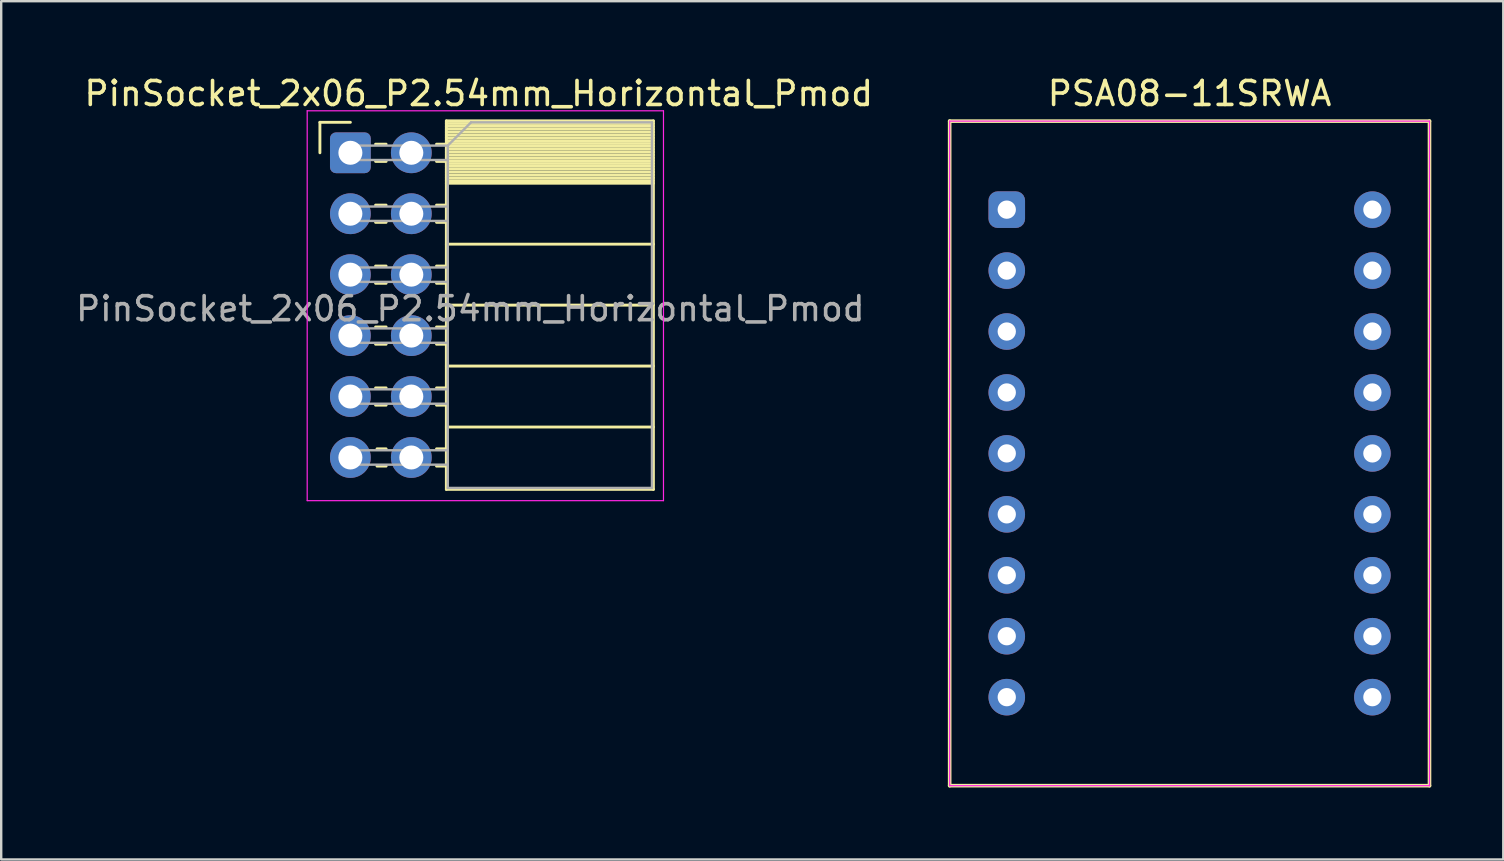
<source format=kicad_pcb>
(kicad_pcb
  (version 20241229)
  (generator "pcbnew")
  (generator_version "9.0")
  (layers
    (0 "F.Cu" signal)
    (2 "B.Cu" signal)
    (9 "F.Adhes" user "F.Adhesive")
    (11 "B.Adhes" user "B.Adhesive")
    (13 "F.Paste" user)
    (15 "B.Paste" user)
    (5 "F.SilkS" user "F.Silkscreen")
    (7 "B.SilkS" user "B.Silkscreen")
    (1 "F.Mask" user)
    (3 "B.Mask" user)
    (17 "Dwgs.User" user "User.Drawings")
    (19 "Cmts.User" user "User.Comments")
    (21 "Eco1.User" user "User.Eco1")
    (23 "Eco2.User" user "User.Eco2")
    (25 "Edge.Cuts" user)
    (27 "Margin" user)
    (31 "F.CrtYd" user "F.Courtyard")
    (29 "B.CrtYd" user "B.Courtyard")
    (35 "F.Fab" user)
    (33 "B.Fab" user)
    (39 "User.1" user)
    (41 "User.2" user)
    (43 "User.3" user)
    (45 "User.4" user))
  (footprint "PinSocket_2x06_P2.54mm_Horizontal_Pmod"
    (layer "F.Cu")
    (at 11.554 3.318)
    (property "Reference" "PinSocket_2x06_P2.54mm_Horizontal_Pmod" (at 5.35 -2.47 0) (layer "F.SilkS") (effects (font (size 1 1) (thickness 0.15))))
    (attr through_hole)
    (fp_line (start -1.27 0) (end -1.27 -1.27) (stroke (width 0.12) (type solid)) (layer "F.SilkS"))
    (fp_line (start 0 -1.27) (end -1.27 -1.27) (stroke (width 0.12) (type solid)) (layer "F.SilkS"))
    (fp_line (start 1.49 -0.36) (end 1.05 -0.36) (stroke (width 0.12) (type solid)) (layer "F.SilkS"))
    (fp_line (start 1.49 0.36) (end 1.05 0.36) (stroke (width 0.12) (type solid)) (layer "F.SilkS"))
    (fp_line (start 1.49 2.18) (end 1.05 2.18) (stroke (width 0.12) (type solid)) (layer "F.SilkS"))
    (fp_line (start 1.49 2.9) (end 1.05 2.9) (stroke (width 0.12) (type solid)) (layer "F.SilkS"))
    (fp_line (start 1.49 4.72) (end 1.05 4.72) (stroke (width 0.12) (type solid)) (layer "F.SilkS"))
    (fp_line (start 1.49 5.44) (end 1.05 5.44) (stroke (width 0.12) (type solid)) (layer "F.SilkS"))
    (fp_line (start 1.49 7.26) (end 1.05 7.26) (stroke (width 0.12) (type solid)) (layer "F.SilkS"))
    (fp_line (start 1.49 7.98) (end 1.05 7.98) (stroke (width 0.12) (type solid)) (layer "F.SilkS"))
    (fp_line (start 1.49 9.8) (end 1.05 9.8) (stroke (width 0.12) (type solid)) (layer "F.SilkS"))
    (fp_line (start 1.49 10.52) (end 1.05 10.52) (stroke (width 0.12) (type solid)) (layer "F.SilkS"))
    (fp_line (start 1.49 12.34) (end 1.11 12.34) (stroke (width 0.12) (type solid)) (layer "F.SilkS"))
    (fp_line (start 1.49 13.06) (end 1.11 13.06) (stroke (width 0.12) (type solid)) (layer "F.SilkS"))
    (fp_line (start 4 -0.36) (end 3.59 -0.36) (stroke (width 0.12) (type solid)) (layer "F.SilkS"))
    (fp_line (start 4 0.36) (end 3.59 0.36) (stroke (width 0.12) (type solid)) (layer "F.SilkS"))
    (fp_line (start 4 2.18) (end 3.59 2.18) (stroke (width 0.12) (type solid)) (layer "F.SilkS"))
    (fp_line (start 4 2.9) (end 3.59 2.9) (stroke (width 0.12) (type solid)) (layer "F.SilkS"))
    (fp_line (start 4 4.72) (end 3.59 4.72) (stroke (width 0.12) (type solid)) (layer "F.SilkS"))
    (fp_line (start 4 5.44) (end 3.59 5.44) (stroke (width 0.12) (type solid)) (layer "F.SilkS"))
    (fp_line (start 4 7.26) (end 3.59 7.26) (stroke (width 0.12) (type solid)) (layer "F.SilkS"))
    (fp_line (start 4 7.98) (end 3.59 7.98) (stroke (width 0.12) (type solid)) (layer "F.SilkS"))
    (fp_line (start 4 9.8) (end 3.59 9.8) (stroke (width 0.12) (type solid)) (layer "F.SilkS"))
    (fp_line (start 4 10.52) (end 3.59 10.52) (stroke (width 0.12) (type solid)) (layer "F.SilkS"))
    (fp_line (start 4 12.34) (end 3.59 12.34) (stroke (width 0.12) (type solid)) (layer "F.SilkS"))
    (fp_line (start 4 13.06) (end 3.59 13.06) (stroke (width 0.12) (type solid)) (layer "F.SilkS"))
    (fp_line (start 4 14.03) (end 4 -1.33) (stroke (width 0.12) (type solid)) (layer "F.SilkS"))
    (fp_line (start 12.63 -1.33) (end 4 -1.33) (stroke (width 0.12) (type solid)) (layer "F.SilkS"))
    (fp_line (start 12.63 -1.22) (end 4 -1.22) (stroke (width 0.12) (type solid)) (layer "F.SilkS"))
    (fp_line (start 12.63 -1.101) (end 4 -1.101) (stroke (width 0.12) (type solid)) (layer "F.SilkS"))
    (fp_line (start 12.63 -0.982) (end 4 -0.982) (stroke (width 0.12) (type solid)) (layer "F.SilkS"))
    (fp_line (start 12.63 -0.863) (end 4 -0.863) (stroke (width 0.12) (type solid)) (layer "F.SilkS"))
    (fp_line (start 12.63 -0.744) (end 4 -0.744) (stroke (width 0.12) (type solid)) (layer "F.SilkS"))
    (fp_line (start 12.63 -0.625) (end 4 -0.625) (stroke (width 0.12) (type solid)) (layer "F.SilkS"))
    (fp_line (start 12.63 -0.506) (end 4 -0.506) (stroke (width 0.12) (type solid)) (layer "F.SilkS"))
    (fp_line (start 12.63 -0.387) (end 4 -0.387) (stroke (width 0.12) (type solid)) (layer "F.SilkS"))
    (fp_line (start 12.63 -0.268) (end 4 -0.268) (stroke (width 0.12) (type solid)) (layer "F.SilkS"))
    (fp_line (start 12.63 -0.149) (end 4 -0.149) (stroke (width 0.12) (type solid)) (layer "F.SilkS"))
    (fp_line (start 12.63 -0.03) (end 4 -0.03) (stroke (width 0.12) (type solid)) (layer "F.SilkS"))
    (fp_line (start 12.63 0.089) (end 4 0.089) (stroke (width 0.12) (type solid)) (layer "F.SilkS"))
    (fp_line (start 12.63 0.208) (end 4 0.208) (stroke (width 0.12) (type solid)) (layer "F.SilkS"))
    (fp_line (start 12.63 0.327) (end 4 0.327) (stroke (width 0.12) (type solid)) (layer "F.SilkS"))
    (fp_line (start 12.63 0.446) (end 4 0.446) (stroke (width 0.12) (type solid)) (layer "F.SilkS"))
    (fp_line (start 12.63 0.565) (end 4 0.565) (stroke (width 0.12) (type solid)) (layer "F.SilkS"))
    (fp_line (start 12.63 0.684) (end 4 0.684) (stroke (width 0.12) (type solid)) (layer "F.SilkS"))
    (fp_line (start 12.63 0.803) (end 4 0.803) (stroke (width 0.12) (type solid)) (layer "F.SilkS"))
    (fp_line (start 12.63 0.922) (end 4 0.922) (stroke (width 0.12) (type solid)) (layer "F.SilkS"))
    (fp_line (start 12.63 1.041) (end 4 1.041) (stroke (width 0.12) (type solid)) (layer "F.SilkS"))
    (fp_line (start 12.63 1.16) (end 4 1.16) (stroke (width 0.12) (type solid)) (layer "F.SilkS"))
    (fp_line (start 12.63 1.27) (end 4 1.27) (stroke (width 0.12) (type solid)) (layer "F.SilkS"))
    (fp_line (start 12.63 3.81) (end 4 3.81) (stroke (width 0.12) (type solid)) (layer "F.SilkS"))
    (fp_line (start 12.63 6.35) (end 4 6.35) (stroke (width 0.12) (type solid)) (layer "F.SilkS"))
    (fp_line (start 12.63 8.89) (end 4 8.89) (stroke (width 0.12) (type solid)) (layer "F.SilkS"))
    (fp_line (start 12.63 11.43) (end 4 11.43) (stroke (width 0.12) (type solid)) (layer "F.SilkS"))
    (fp_line (start 12.63 14.03) (end 4 14.03) (stroke (width 0.12) (type solid)) (layer "F.SilkS"))
    (fp_line (start 12.63 14.03) (end 12.63 -1.33) (stroke (width 0.12) (type solid)) (layer "F.SilkS"))
    (fp_line (start -1.8 -1.75) (end -1.8 14.5) (stroke (width 0.05) (type solid)) (layer "F.CrtYd"))
    (fp_line (start -1.8 14.5) (end 13.05 14.5) (stroke (width 0.05) (type solid)) (layer "F.CrtYd"))
    (fp_line (start 13.05 -1.75) (end -1.8 -1.75) (stroke (width 0.05) (type solid)) (layer "F.CrtYd"))
    (fp_line (start 13.05 14.5) (end 13.05 -1.75) (stroke (width 0.05) (type solid)) (layer "F.CrtYd"))
    (fp_line (start 0 -0.3) (end 0 0.3) (stroke (width 0.1) (type solid)) (layer "F.Fab"))
    (fp_line (start 0 0.3) (end 4.06 0.3) (stroke (width 0.1) (type solid)) (layer "F.Fab"))
    (fp_line (start 0 2.24) (end 0 2.84) (stroke (width 0.1) (type solid)) (layer "F.Fab"))
    (fp_line (start 0 2.84) (end 4.06 2.84) (stroke (width 0.1) (type solid)) (layer "F.Fab"))
    (fp_line (start 0 4.78) (end 0 5.38) (stroke (width 0.1) (type solid)) (layer "F.Fab"))
    (fp_line (start 0 5.38) (end 4.06 5.38) (stroke (width 0.1) (type solid)) (layer "F.Fab"))
    (fp_line (start 0 7.32) (end 0 7.92) (stroke (width 0.1) (type solid)) (layer "F.Fab"))
    (fp_line (start 0 7.92) (end 4.06 7.92) (stroke (width 0.1) (type solid)) (layer "F.Fab"))
    (fp_line (start 0 9.86) (end 0 10.46) (stroke (width 0.1) (type solid)) (layer "F.Fab"))
    (fp_line (start 0 10.46) (end 4.06 10.46) (stroke (width 0.1) (type solid)) (layer "F.Fab"))
    (fp_line (start 0 12.4) (end 0 13) (stroke (width 0.1) (type solid)) (layer "F.Fab"))
    (fp_line (start 0 13) (end 4.06 13) (stroke (width 0.1) (type solid)) (layer "F.Fab"))
    (fp_line (start 4.06 -0.3) (end 0 -0.3) (stroke (width 0.1) (type solid)) (layer "F.Fab"))
    (fp_line (start 4.06 -0.3) (end 5.03 -1.27) (stroke (width 0.1) (type solid)) (layer "F.Fab"))
    (fp_line (start 4.06 2.24) (end 0 2.24) (stroke (width 0.1) (type solid)) (layer "F.Fab"))
    (fp_line (start 4.06 4.78) (end 0 4.78) (stroke (width 0.1) (type solid)) (layer "F.Fab"))
    (fp_line (start 4.06 7.32) (end 0 7.32) (stroke (width 0.1) (type solid)) (layer "F.Fab"))
    (fp_line (start 4.06 9.86) (end 0 9.86) (stroke (width 0.1) (type solid)) (layer "F.Fab"))
    (fp_line (start 4.06 12.4) (end 0 12.4) (stroke (width 0.1) (type solid)) (layer "F.Fab"))
    (fp_line (start 4.06 13.97) (end 4.06 -0.3) (stroke (width 0.1) (type solid)) (layer "F.Fab"))
    (fp_line (start 5.03 -1.27) (end 12.57 -1.27) (stroke (width 0.1) (type solid)) (layer "F.Fab"))
    (fp_line (start 12.57 -1.27) (end 12.57 13.97) (stroke (width 0.1) (type solid)) (layer "F.Fab"))
    (fp_line (start 12.57 13.97) (end 4.06 13.97) (stroke (width 0.1) (type solid)) (layer "F.Fab"))
    (fp_text user "${REFERENCE}" (at 5 6.5 180) (layer "F.Fab") (effects (font (size 1 1) (thickness 0.15))))
    (pad "1" thru_hole roundrect (at 0 0) (size 1.7 1.7) (drill 1) (layers "*.Cu" "*.Mask") (roundrect_rratio 0.147))
    (pad "2" thru_hole oval (at 0 2.54) (size 1.7 1.7) (drill 1) (layers "*.Cu" "*.Mask"))
    (pad "3" thru_hole oval (at 0 5.08) (size 1.7 1.7) (drill 1) (layers "*.Cu" "*.Mask"))
    (pad "4" thru_hole oval (at 0 7.62) (size 1.7 1.7) (drill 1) (layers "*.Cu" "*.Mask"))
    (pad "5" thru_hole oval (at 0 10.16) (size 1.7 1.7) (drill 1) (layers "*.Cu" "*.Mask"))
    (pad "6" thru_hole oval (at 0 12.7) (size 1.7 1.7) (drill 1) (layers "*.Cu" "*.Mask"))
    (pad "7" thru_hole oval (at 2.54 0) (size 1.7 1.7) (drill 1) (layers "*.Cu" "*.Mask"))
    (pad "8" thru_hole oval (at 2.54 2.54) (size 1.7 1.7) (drill 1) (layers "*.Cu" "*.Mask"))
    (pad "9" thru_hole oval (at 2.54 5.08) (size 1.7 1.7) (drill 1) (layers "*.Cu" "*.Mask"))
    (pad "10" thru_hole oval (at 2.54 7.62) (size 1.7 1.7) (drill 1) (layers "*.Cu" "*.Mask"))
    (pad "11" thru_hole oval (at 2.54 10.16) (size 1.7 1.7) (drill 1) (layers "*.Cu" "*.Mask"))
    (pad "12" thru_hole oval (at 2.54 12.7) (size 1.7 1.7) (drill 1) (layers "*.Cu" "*.Mask")))
  (footprint "PSA08-11SRWA"
    (layer "F.Cu")
    (at 46.532 15.848)
    (property "Reference" "PSA08-11SRWA" (at 0 -15 0) (layer "F.SilkS") (effects (font (size 1 1) (thickness 0.15))))
    (attr through_hole)
    (fp_line (start -10 -13.85) (end -10 13.85) (stroke (width 0.15) (type solid)) (layer "F.SilkS"))
    (fp_line (start -10 13.85) (end 10 13.85) (stroke (width 0.15) (type solid)) (layer "F.SilkS"))
    (fp_line (start 10 -13.85) (end -10 -13.85) (stroke (width 0.15) (type solid)) (layer "F.SilkS"))
    (fp_line (start 10 13.85) (end 10 -13.85) (stroke (width 0.15) (type solid)) (layer "F.SilkS"))
    (fp_line (start -10 -13.85) (end -10 13.85) (stroke (width 0.05) (type solid)) (layer "F.CrtYd"))
    (fp_line (start -10 13.85) (end 10 13.85) (stroke (width 0.05) (type solid)) (layer "F.CrtYd"))
    (fp_line (start 10 -13.85) (end -10 -13.85) (stroke (width 0.05) (type solid)) (layer "F.CrtYd"))
    (fp_line (start 10 13.85) (end 10 -13.85) (stroke (width 0.05) (type solid)) (layer "F.CrtYd"))
    (pad "1" thru_hole roundrect (at -7.62 -10.16) (size 1.524 1.524) (drill 0.762) (layers "*.Cu" "*.Mask") (roundrect_rratio 0.25))
    (pad "2" thru_hole circle (at -7.62 -7.62) (size 1.524 1.524) (drill 0.762) (layers "*.Cu" "*.Mask"))
    (pad "3" thru_hole circle (at -7.62 -5.08) (size 1.524 1.524) (drill 0.762) (layers "*.Cu" "*.Mask"))
    (pad "4" thru_hole circle (at -7.62 -2.54) (size 1.524 1.524) (drill 0.762) (layers "*.Cu" "*.Mask"))
    (pad "5" thru_hole circle (at -7.62 0) (size 1.524 1.524) (drill 0.762) (layers "*.Cu" "*.Mask"))
    (pad "6" thru_hole circle (at -7.62 2.54) (size 1.524 1.524) (drill 0.762) (layers "*.Cu" "*.Mask"))
    (pad "7" thru_hole circle (at -7.62 5.08) (size 1.524 1.524) (drill 0.762) (layers "*.Cu" "*.Mask"))
    (pad "8" thru_hole circle (at -7.62 7.62) (size 1.524 1.524) (drill 0.762) (layers "*.Cu" "*.Mask"))
    (pad "9" thru_hole circle (at -7.62 10.16) (size 1.524 1.524) (drill 0.762) (layers "*.Cu" "*.Mask"))
    (pad "10" thru_hole circle (at 7.62 10.16) (size 1.524 1.524) (drill 0.762) (layers "*.Cu" "*.Mask"))
    (pad "11" thru_hole circle (at 7.62 7.62) (size 1.524 1.524) (drill 0.762) (layers "*.Cu" "*.Mask"))
    (pad "12" thru_hole circle (at 7.62 5.08) (size 1.524 1.524) (drill 0.762) (layers "*.Cu" "*.Mask"))
    (pad "13" thru_hole circle (at 7.62 2.54) (size 1.524 1.524) (drill 0.762) (layers "*.Cu" "*.Mask"))
    (pad "14" thru_hole circle (at 7.62 0) (size 1.524 1.524) (drill 0.762) (layers "*.Cu" "*.Mask"))
    (pad "15" thru_hole circle (at 7.62 -2.54) (size 1.524 1.524) (drill 0.762) (layers "*.Cu" "*.Mask"))
    (pad "16" thru_hole circle (at 7.62 -5.08) (size 1.524 1.524) (drill 0.762) (layers "*.Cu" "*.Mask"))
    (pad "17" thru_hole circle (at 7.62 -7.62) (size 1.524 1.524) (drill 0.762) (layers "*.Cu" "*.Mask"))
    (pad "18" thru_hole circle (at 7.62 -10.16) (size 1.524 1.524) (drill 0.762) (layers "*.Cu" "*.Mask")))
  (gr_rect
    (start -3 -3)
    (end 59.607 32.773)
    (stroke (width 0.1) (type default))
    (fill no)
    (layer "Edge.Cuts")))
</source>
